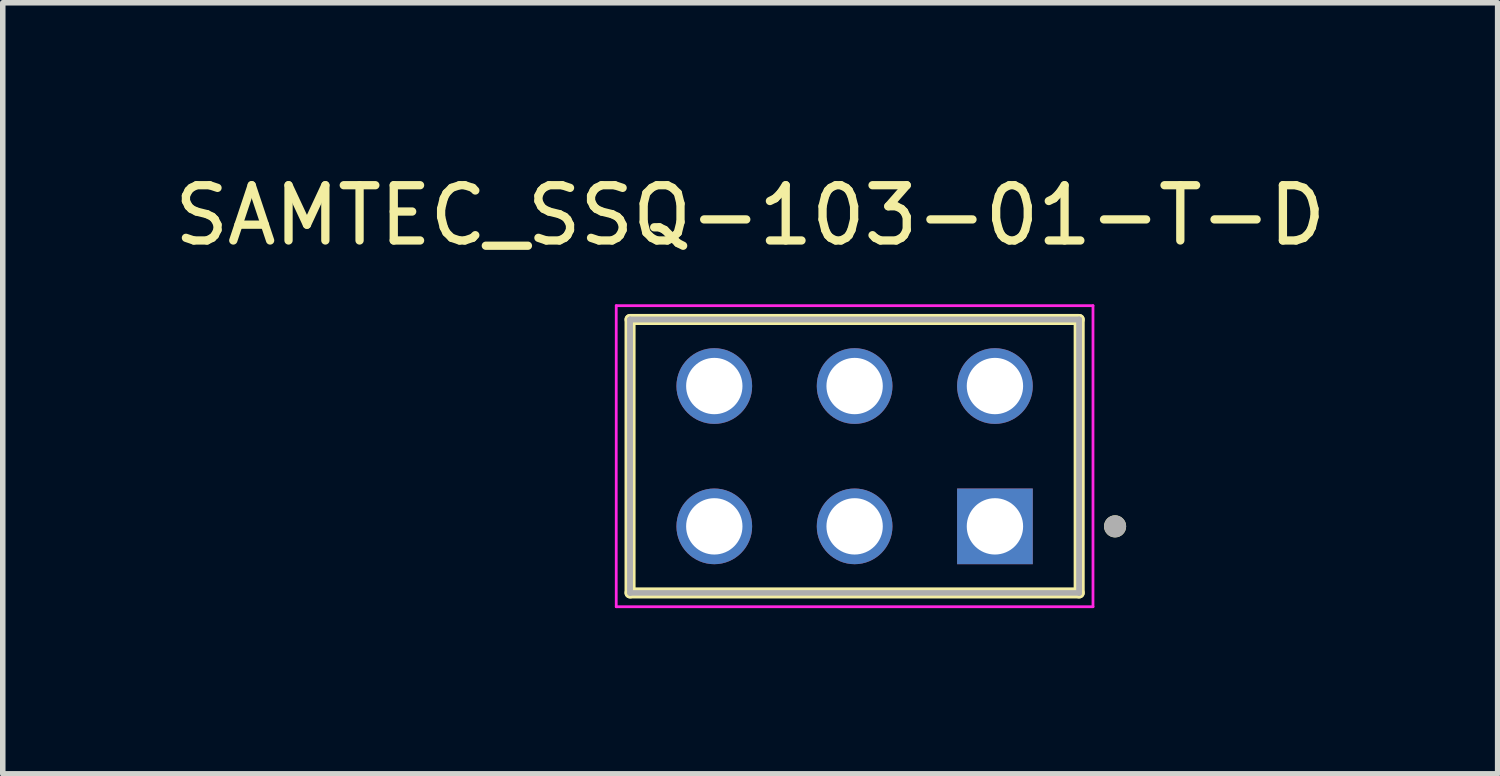
<source format=kicad_pcb>
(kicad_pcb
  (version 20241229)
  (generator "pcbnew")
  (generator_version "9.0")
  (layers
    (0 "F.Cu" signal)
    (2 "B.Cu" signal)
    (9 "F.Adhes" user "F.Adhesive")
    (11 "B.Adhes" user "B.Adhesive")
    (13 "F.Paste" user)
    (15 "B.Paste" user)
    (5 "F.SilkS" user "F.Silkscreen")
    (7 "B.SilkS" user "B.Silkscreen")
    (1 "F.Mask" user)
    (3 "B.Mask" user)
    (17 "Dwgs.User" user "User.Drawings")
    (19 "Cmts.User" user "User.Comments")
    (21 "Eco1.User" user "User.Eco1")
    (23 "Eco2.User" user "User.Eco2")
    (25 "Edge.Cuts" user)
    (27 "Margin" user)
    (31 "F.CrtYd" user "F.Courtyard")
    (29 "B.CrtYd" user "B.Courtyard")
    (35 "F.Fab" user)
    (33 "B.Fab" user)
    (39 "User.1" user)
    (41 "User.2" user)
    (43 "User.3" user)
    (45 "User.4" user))
  (footprint "SAMTEC_SSQ-103-01-T-D"
    (layer "F.Cu")
    (at 12.42 5.208)
    (property "Reference" "SAMTEC_SSQ-103-01-T-D" (at -1.89 -4.36 0) (layer "F.SilkS") (effects (font (size 1 1) (thickness 0.15))))
    (attr through_hole)
    (fp_line (start -4.065 2.475) (end -4.065 -2.475) (stroke (width 0.2) (type solid)) (layer "F.SilkS"))
    (fp_line (start 4.065 -2.475) (end -4.065 -2.475) (stroke (width 0.2) (type solid)) (layer "F.SilkS"))
    (fp_line (start 4.065 -2.475) (end 4.065 2.475) (stroke (width 0.2) (type solid)) (layer "F.SilkS"))
    (fp_line (start 4.065 2.475) (end -4.065 2.475) (stroke (width 0.2) (type solid)) (layer "F.SilkS"))
    (fp_circle (center 4.715 1.27) (end 4.815 1.27) (stroke (width 0.2) (type solid)) (fill no) (layer "F.SilkS"))
    (fp_line (start -4.315 -2.725) (end 4.315 -2.725) (stroke (width 0.05) (type solid)) (layer "F.CrtYd"))
    (fp_line (start -4.315 2.725) (end -4.315 -2.725) (stroke (width 0.05) (type solid)) (layer "F.CrtYd"))
    (fp_line (start 4.315 -2.725) (end 4.315 2.725) (stroke (width 0.05) (type solid)) (layer "F.CrtYd"))
    (fp_line (start 4.315 2.725) (end -4.315 2.725) (stroke (width 0.05) (type solid)) (layer "F.CrtYd"))
    (fp_line (start -4.065 -2.475) (end 4.065 -2.475) (stroke (width 0.1) (type solid)) (layer "F.Fab"))
    (fp_line (start -4.065 -2.475) (end 4.065 -2.475) (stroke (width 0.1) (type solid)) (layer "F.Fab"))
    (fp_line (start -4.065 2.475) (end -4.065 -2.475) (stroke (width 0.1) (type solid)) (layer "F.Fab"))
    (fp_line (start -4.065 2.475) (end -4.065 -2.475) (stroke (width 0.1) (type solid)) (layer "F.Fab"))
    (fp_line (start 4.065 -2.475) (end 4.065 2.475) (stroke (width 0.1) (type solid)) (layer "F.Fab"))
    (fp_line (start 4.065 -2.475) (end 4.065 2.475) (stroke (width 0.1) (type solid)) (layer "F.Fab"))
    (fp_line (start 4.065 2.475) (end -4.065 2.475) (stroke (width 0.1) (type solid)) (layer "F.Fab"))
    (fp_circle (center 4.715 1.27) (end 4.815 1.27) (stroke (width 0.2) (type solid)) (fill no) (layer "F.Fab"))
    (pad "01" thru_hole rect (at 2.54 1.27) (size 1.37 1.37) (drill 1.02) (layers "*.Cu" "*.Mask"))
    (pad "02" thru_hole circle (at 2.54 -1.27) (size 1.37 1.37) (drill 1.02) (layers "*.Cu" "*.Mask"))
    (pad "03" thru_hole circle (at 0 1.27) (size 1.37 1.37) (drill 1.02) (layers "*.Cu" "*.Mask"))
    (pad "04" thru_hole circle (at 0 -1.27) (size 1.37 1.37) (drill 1.02) (layers "*.Cu" "*.Mask"))
    (pad "05" thru_hole circle (at -2.54 1.27) (size 1.37 1.37) (drill 1.02) (layers "*.Cu" "*.Mask"))
    (pad "06" thru_hole circle (at -2.54 -1.27) (size 1.37 1.37) (drill 1.02) (layers "*.Cu" "*.Mask")))
  (gr_rect
    (start -3 -3)
    (end 24.06 10.958)
    (stroke (width 0.1) (type default))
    (fill no)
    (layer "Edge.Cuts")))
</source>
